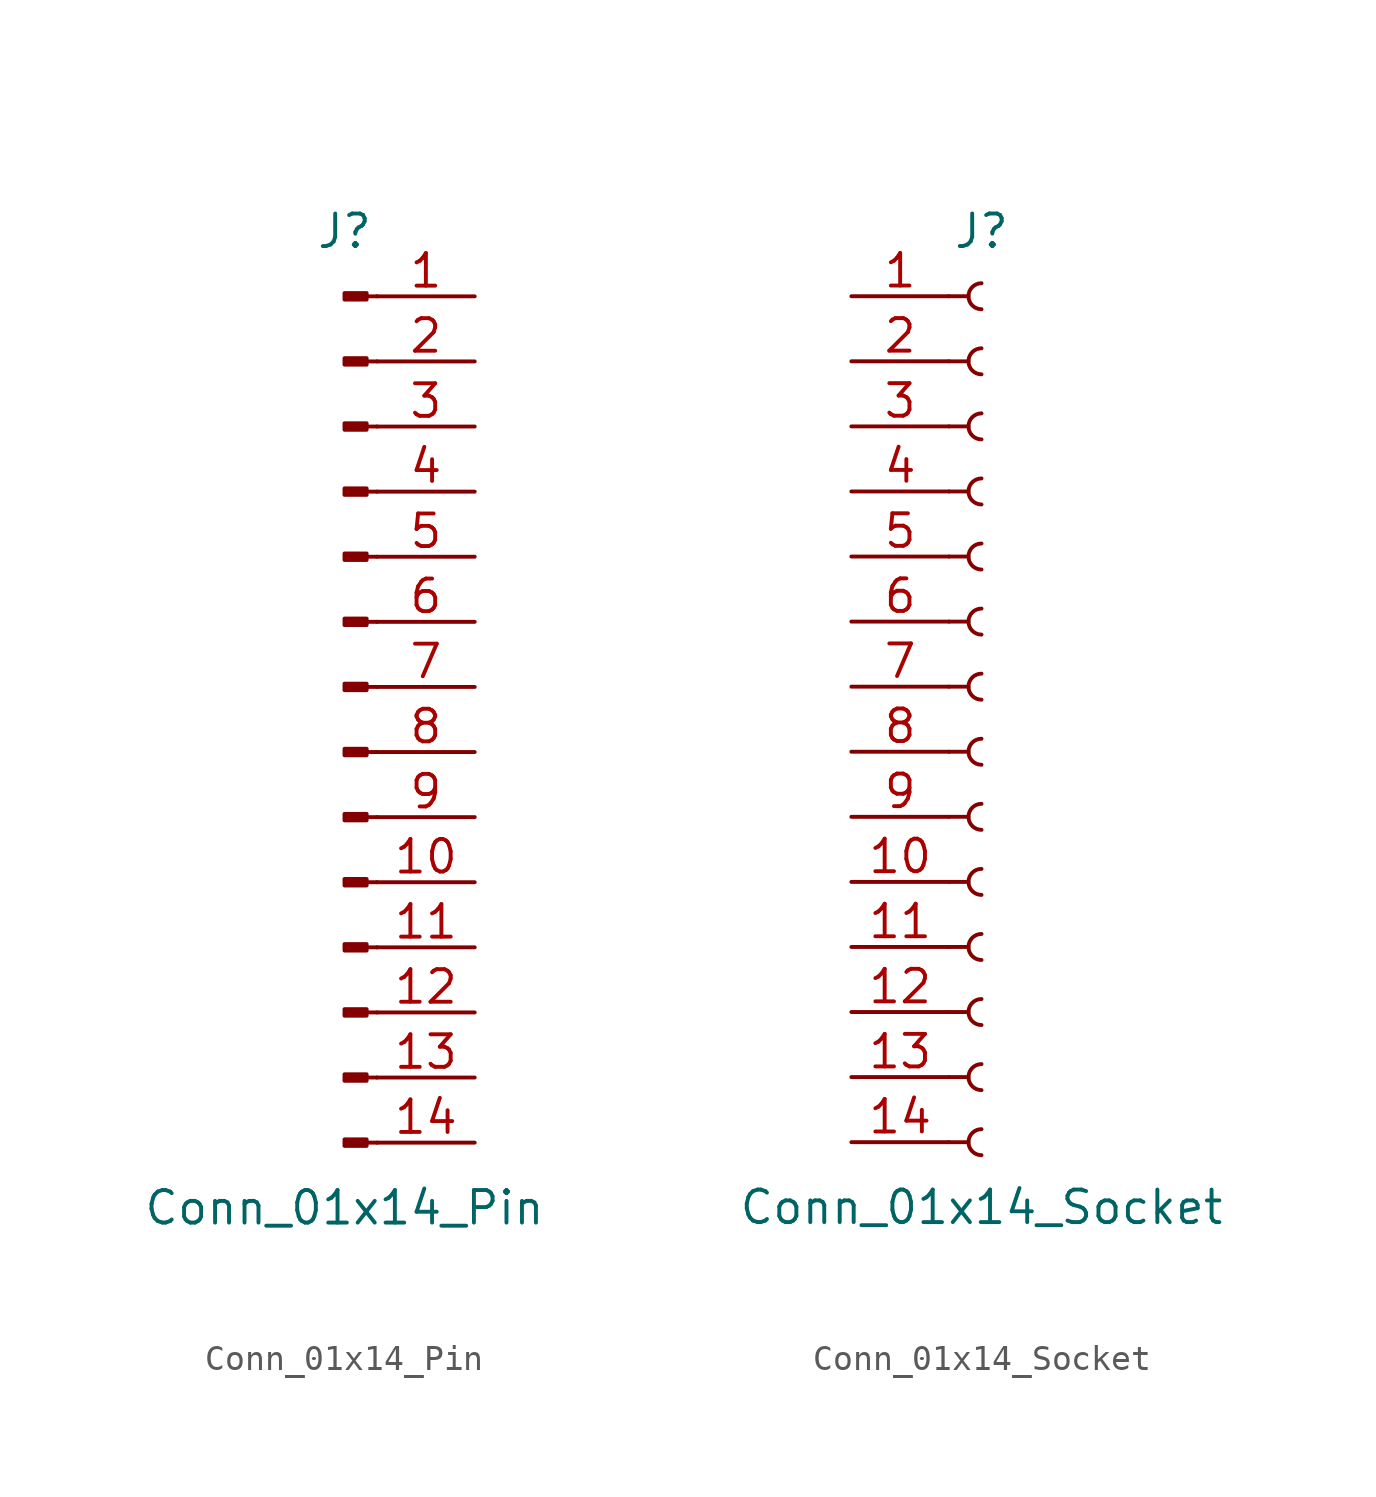
<source format=kicad_sym>
(kicad_symbol_lib
  (version 20241209)
  (generator "kicad_symbol_editor")
  (generator_version "9.0")
  (symbol "Conn_01x14_Pin"
    (pin_names
      (offset 1.016)
      (hide yes))
    (property "Reference" "J"
      (at 0 17.78 0)
      (effects (font (size 1.27 1.27))))
    (property "Value" "Conn_01x14_Pin"
      (at 0 -20.32 0)
      (effects (font (size 1.27 1.27))))
    (property "ki_locked" ""
      (at 0 0 0)
      (effects (font (size 1.27 1.27))))
    (symbol "Conn_01x14_Pin_1_1"
      (rectangle (start 0.864 15.367) (end 0 15.113) (stroke (width 0.152) (type default)) (fill (type outline)))
      (rectangle (start 0.864 12.827) (end 0 12.573) (stroke (width 0.152) (type default)) (fill (type outline)))
      (rectangle (start 0.864 10.287) (end 0 10.033) (stroke (width 0.152) (type default)) (fill (type outline)))
      (rectangle (start 0.864 7.747) (end 0 7.493) (stroke (width 0.152) (type default)) (fill (type outline)))
      (rectangle (start 0.864 5.207) (end 0 4.953) (stroke (width 0.152) (type default)) (fill (type outline)))
      (rectangle (start 0.864 2.667) (end 0 2.413) (stroke (width 0.152) (type default)) (fill (type outline)))
      (rectangle (start 0.864 0.127) (end 0 -0.127) (stroke (width 0.152) (type default)) (fill (type outline)))
      (rectangle (start 0.864 -2.413) (end 0 -2.667) (stroke (width 0.152) (type default)) (fill (type outline)))
      (rectangle (start 0.864 -4.953) (end 0 -5.207) (stroke (width 0.152) (type default)) (fill (type outline)))
      (rectangle (start 0.864 -7.493) (end 0 -7.747) (stroke (width 0.152) (type default)) (fill (type outline)))
      (rectangle (start 0.864 -10.033) (end 0 -10.287) (stroke (width 0.152) (type default)) (fill (type outline)))
      (rectangle (start 0.864 -12.573) (end 0 -12.827) (stroke (width 0.152) (type default)) (fill (type outline)))
      (rectangle (start 0.864 -15.113) (end 0 -15.367) (stroke (width 0.152) (type default)) (fill (type outline)))
      (rectangle (start 0.864 -17.653) (end 0 -17.907) (stroke (width 0.152) (type default)) (fill (type outline)))
      (polyline (pts (xy 1.27 15.24) (xy 0.864 15.24)) (stroke (width 0.152) (type default)) (fill (type none)))
      (polyline (pts (xy 1.27 12.7) (xy 0.864 12.7)) (stroke (width 0.152) (type default)) (fill (type none)))
      (polyline (pts (xy 1.27 10.16) (xy 0.864 10.16)) (stroke (width 0.152) (type default)) (fill (type none)))
      (polyline (pts (xy 1.27 7.62) (xy 0.864 7.62)) (stroke (width 0.152) (type default)) (fill (type none)))
      (polyline (pts (xy 1.27 5.08) (xy 0.864 5.08)) (stroke (width 0.152) (type default)) (fill (type none)))
      (polyline (pts (xy 1.27 2.54) (xy 0.864 2.54)) (stroke (width 0.152) (type default)) (fill (type none)))
      (polyline (pts (xy 1.27 0) (xy 0.864 0)) (stroke (width 0.152) (type default)) (fill (type none)))
      (polyline (pts (xy 1.27 -2.54) (xy 0.864 -2.54)) (stroke (width 0.152) (type default)) (fill (type none)))
      (polyline (pts (xy 1.27 -5.08) (xy 0.864 -5.08)) (stroke (width 0.152) (type default)) (fill (type none)))
      (polyline (pts (xy 1.27 -7.62) (xy 0.864 -7.62)) (stroke (width 0.152) (type default)) (fill (type none)))
      (polyline (pts (xy 1.27 -10.16) (xy 0.864 -10.16)) (stroke (width 0.152) (type default)) (fill (type none)))
      (polyline (pts (xy 1.27 -12.7) (xy 0.864 -12.7)) (stroke (width 0.152) (type default)) (fill (type none)))
      (polyline (pts (xy 1.27 -15.24) (xy 0.864 -15.24)) (stroke (width 0.152) (type default)) (fill (type none)))
      (polyline (pts (xy 1.27 -17.78) (xy 0.864 -17.78)) (stroke (width 0.152) (type default)) (fill (type none)))
      (pin passive line (at 5.08 15.24 180) (length 3.81) (name "Pin_1" (effects (font (size 1.27 1.27)))) (number "1" (effects (font (size 1.27 1.27)))))
      (pin passive line (at 5.08 12.7 180) (length 3.81) (name "Pin_2" (effects (font (size 1.27 1.27)))) (number "2" (effects (font (size 1.27 1.27)))))
      (pin passive line (at 5.08 10.16 180) (length 3.81) (name "Pin_3" (effects (font (size 1.27 1.27)))) (number "3" (effects (font (size 1.27 1.27)))))
      (pin passive line (at 5.08 7.62 180) (length 3.81) (name "Pin_4" (effects (font (size 1.27 1.27)))) (number "4" (effects (font (size 1.27 1.27)))))
      (pin passive line (at 5.08 5.08 180) (length 3.81) (name "Pin_5" (effects (font (size 1.27 1.27)))) (number "5" (effects (font (size 1.27 1.27)))))
      (pin passive line (at 5.08 2.54 180) (length 3.81) (name "Pin_6" (effects (font (size 1.27 1.27)))) (number "6" (effects (font (size 1.27 1.27)))))
      (pin passive line (at 5.08 0 180) (length 3.81) (name "Pin_7" (effects (font (size 1.27 1.27)))) (number "7" (effects (font (size 1.27 1.27)))))
      (pin passive line (at 5.08 -2.54 180) (length 3.81) (name "Pin_8" (effects (font (size 1.27 1.27)))) (number "8" (effects (font (size 1.27 1.27)))))
      (pin passive line (at 5.08 -5.08 180) (length 3.81) (name "Pin_9" (effects (font (size 1.27 1.27)))) (number "9" (effects (font (size 1.27 1.27)))))
      (pin passive line (at 5.08 -7.62 180) (length 3.81) (name "Pin_10" (effects (font (size 1.27 1.27)))) (number "10" (effects (font (size 1.27 1.27)))))
      (pin passive line (at 5.08 -10.16 180) (length 3.81) (name "Pin_11" (effects (font (size 1.27 1.27)))) (number "11" (effects (font (size 1.27 1.27)))))
      (pin passive line (at 5.08 -12.7 180) (length 3.81) (name "Pin_12" (effects (font (size 1.27 1.27)))) (number "12" (effects (font (size 1.27 1.27)))))
      (pin passive line (at 5.08 -15.24 180) (length 3.81) (name "Pin_13" (effects (font (size 1.27 1.27)))) (number "13" (effects (font (size 1.27 1.27)))))
      (pin passive line (at 5.08 -17.78 180) (length 3.81) (name "Pin_14" (effects (font (size 1.27 1.27)))) (number "14" (effects (font (size 1.27 1.27)))))))
  (symbol "Conn_01x14_Socket"
    (pin_names
      (offset 1.016)
      (hide yes))
    (property "Reference" "J"
      (at 0 17.78 0)
      (effects (font (size 1.27 1.27))))
    (property "Value" "Conn_01x14_Socket"
      (at 0 -20.32 0)
      (effects (font (size 1.27 1.27))))
    (property "ki_locked" ""
      (at 0 0 0)
      (effects (font (size 1.27 1.27))))
    (symbol "Conn_01x14_Socket_1_1"
      (polyline (pts (xy -1.27 15.24) (xy -0.508 15.24)) (stroke (width 0.152) (type default)) (fill (type none)))
      (polyline (pts (xy -1.27 12.7) (xy -0.508 12.7)) (stroke (width 0.152) (type default)) (fill (type none)))
      (polyline (pts (xy -1.27 10.16) (xy -0.508 10.16)) (stroke (width 0.152) (type default)) (fill (type none)))
      (polyline (pts (xy -1.27 7.62) (xy -0.508 7.62)) (stroke (width 0.152) (type default)) (fill (type none)))
      (polyline (pts (xy -1.27 5.08) (xy -0.508 5.08)) (stroke (width 0.152) (type default)) (fill (type none)))
      (polyline (pts (xy -1.27 2.54) (xy -0.508 2.54)) (stroke (width 0.152) (type default)) (fill (type none)))
      (polyline (pts (xy -1.27 0) (xy -0.508 0)) (stroke (width 0.152) (type default)) (fill (type none)))
      (polyline (pts (xy -1.27 -2.54) (xy -0.508 -2.54)) (stroke (width 0.152) (type default)) (fill (type none)))
      (polyline (pts (xy -1.27 -5.08) (xy -0.508 -5.08)) (stroke (width 0.152) (type default)) (fill (type none)))
      (polyline (pts (xy -1.27 -7.62) (xy -0.508 -7.62)) (stroke (width 0.152) (type default)) (fill (type none)))
      (polyline (pts (xy -1.27 -10.16) (xy -0.508 -10.16)) (stroke (width 0.152) (type default)) (fill (type none)))
      (polyline (pts (xy -1.27 -12.7) (xy -0.508 -12.7)) (stroke (width 0.152) (type default)) (fill (type none)))
      (polyline (pts (xy -1.27 -15.24) (xy -0.508 -15.24)) (stroke (width 0.152) (type default)) (fill (type none)))
      (polyline (pts (xy -1.27 -17.78) (xy -0.508 -17.78)) (stroke (width 0.152) (type default)) (fill (type none)))
      (arc (start 0 14.732) (mid -0.5058 15.24) (end 0 15.748) (stroke (width 0.1524) (type default)) (fill (type none)))
      (arc (start 0 12.192) (mid -0.5058 12.7) (end 0 13.208) (stroke (width 0.1524) (type default)) (fill (type none)))
      (arc (start 0 9.652) (mid -0.5058 10.16) (end 0 10.668) (stroke (width 0.1524) (type default)) (fill (type none)))
      (arc (start 0 7.112) (mid -0.5058 7.62) (end 0 8.128) (stroke (width 0.1524) (type default)) (fill (type none)))
      (arc (start 0 4.572) (mid -0.5058 5.08) (end 0 5.588) (stroke (width 0.1524) (type default)) (fill (type none)))
      (arc (start 0 2.032) (mid -0.5058 2.54) (end 0 3.048) (stroke (width 0.1524) (type default)) (fill (type none)))
      (arc (start 0 -0.508) (mid -0.5058 0) (end 0 0.508) (stroke (width 0.1524) (type default)) (fill (type none)))
      (arc (start 0 -3.048) (mid -0.5058 -2.54) (end 0 -2.032) (stroke (width 0.1524) (type default)) (fill (type none)))
      (arc (start 0 -5.588) (mid -0.5058 -5.08) (end 0 -4.572) (stroke (width 0.1524) (type default)) (fill (type none)))
      (arc (start 0 -8.128) (mid -0.5058 -7.62) (end 0 -7.112) (stroke (width 0.1524) (type default)) (fill (type none)))
      (arc (start 0 -10.668) (mid -0.5058 -10.16) (end 0 -9.652) (stroke (width 0.1524) (type default)) (fill (type none)))
      (arc (start 0 -13.208) (mid -0.5058 -12.7) (end 0 -12.192) (stroke (width 0.1524) (type default)) (fill (type none)))
      (arc (start 0 -15.748) (mid -0.5058 -15.24) (end 0 -14.732) (stroke (width 0.1524) (type default)) (fill (type none)))
      (arc (start 0 -18.288) (mid -0.5058 -17.78) (end 0 -17.272) (stroke (width 0.1524) (type default)) (fill (type none)))
      (pin passive line (at -5.08 15.24 0) (length 3.81) (name "Pin_1" (effects (font (size 1.27 1.27)))) (number "1" (effects (font (size 1.27 1.27)))))
      (pin passive line (at -5.08 12.7 0) (length 3.81) (name "Pin_2" (effects (font (size 1.27 1.27)))) (number "2" (effects (font (size 1.27 1.27)))))
      (pin passive line (at -5.08 10.16 0) (length 3.81) (name "Pin_3" (effects (font (size 1.27 1.27)))) (number "3" (effects (font (size 1.27 1.27)))))
      (pin passive line (at -5.08 7.62 0) (length 3.81) (name "Pin_4" (effects (font (size 1.27 1.27)))) (number "4" (effects (font (size 1.27 1.27)))))
      (pin passive line (at -5.08 5.08 0) (length 3.81) (name "Pin_5" (effects (font (size 1.27 1.27)))) (number "5" (effects (font (size 1.27 1.27)))))
      (pin passive line (at -5.08 2.54 0) (length 3.81) (name "Pin_6" (effects (font (size 1.27 1.27)))) (number "6" (effects (font (size 1.27 1.27)))))
      (pin passive line (at -5.08 0 0) (length 3.81) (name "Pin_7" (effects (font (size 1.27 1.27)))) (number "7" (effects (font (size 1.27 1.27)))))
      (pin passive line (at -5.08 -2.54 0) (length 3.81) (name "Pin_8" (effects (font (size 1.27 1.27)))) (number "8" (effects (font (size 1.27 1.27)))))
      (pin passive line (at -5.08 -5.08 0) (length 3.81) (name "Pin_9" (effects (font (size 1.27 1.27)))) (number "9" (effects (font (size 1.27 1.27)))))
      (pin passive line (at -5.08 -7.62 0) (length 3.81) (name "Pin_10" (effects (font (size 1.27 1.27)))) (number "10" (effects (font (size 1.27 1.27)))))
      (pin passive line (at -5.08 -10.16 0) (length 3.81) (name "Pin_11" (effects (font (size 1.27 1.27)))) (number "11" (effects (font (size 1.27 1.27)))))
      (pin passive line (at -5.08 -12.7 0) (length 3.81) (name "Pin_12" (effects (font (size 1.27 1.27)))) (number "12" (effects (font (size 1.27 1.27)))))
      (pin passive line (at -5.08 -15.24 0) (length 3.81) (name "Pin_13" (effects (font (size 1.27 1.27)))) (number "13" (effects (font (size 1.27 1.27)))))
      (pin passive line (at -5.08 -17.78 0) (length 3.81) (name "Pin_14" (effects (font (size 1.27 1.27)))) (number "14" (effects (font (size 1.27 1.27))))))))
</source>
